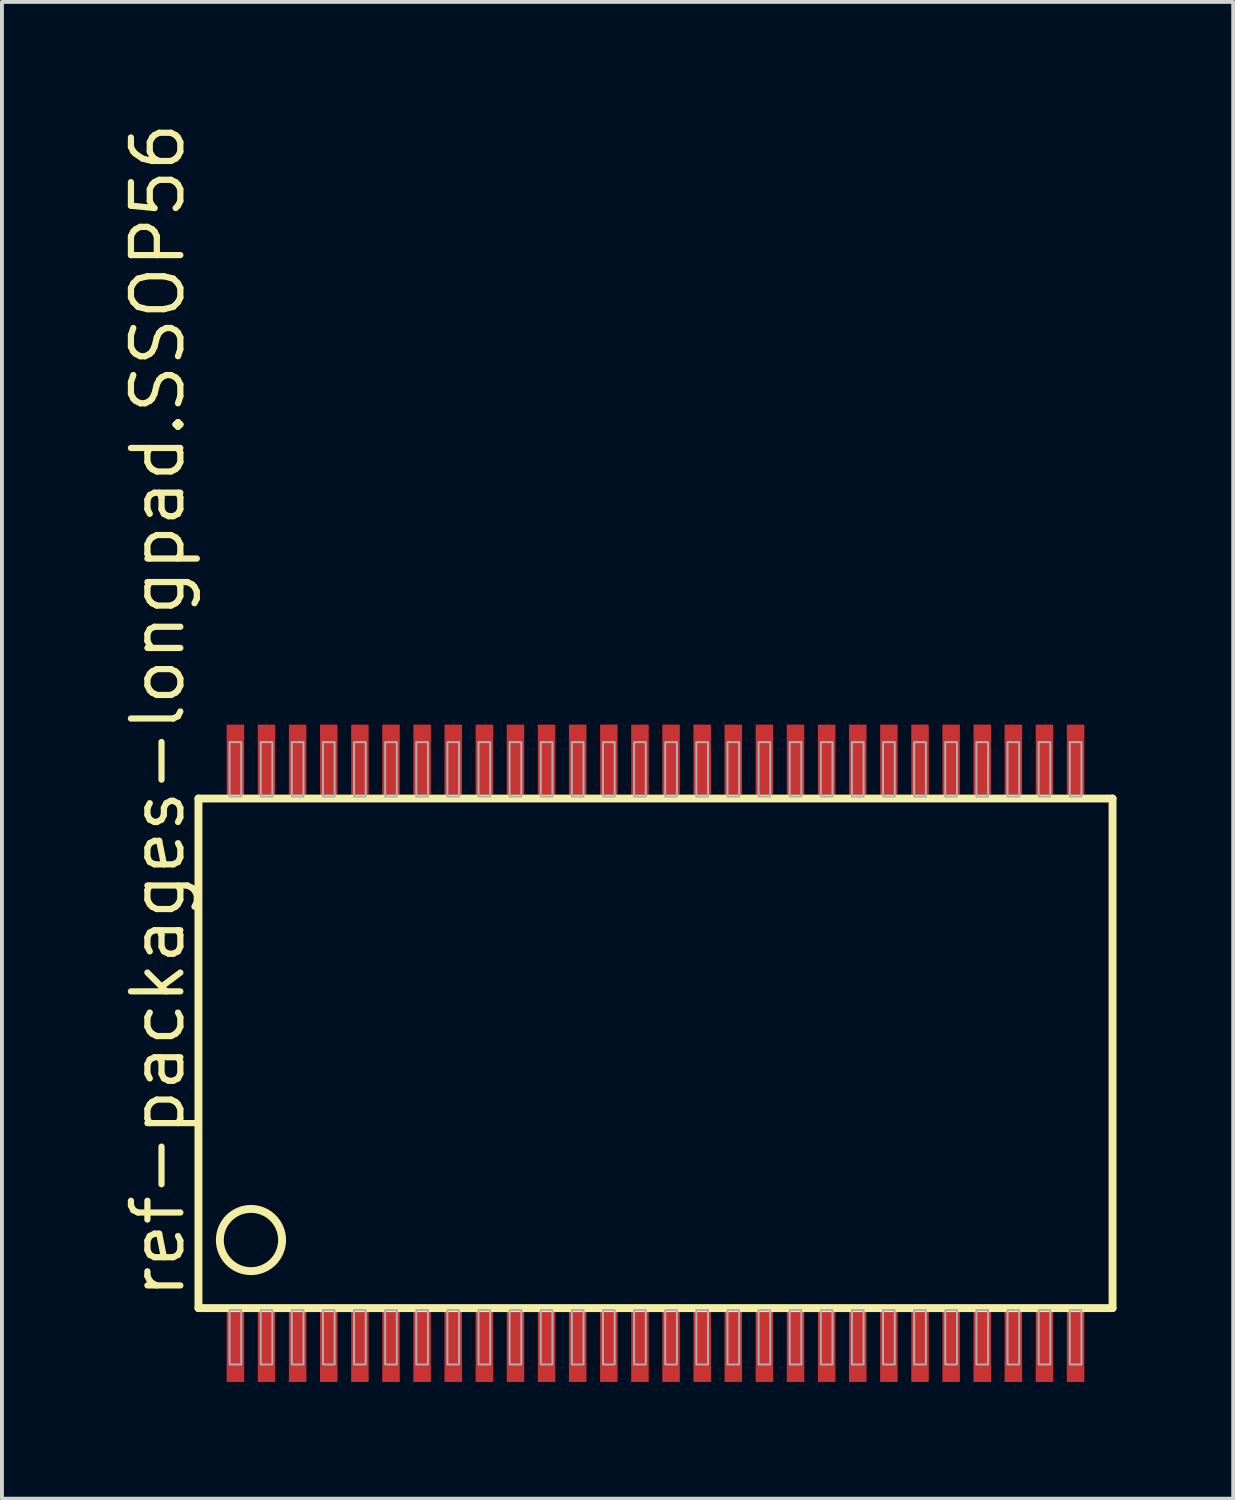
<source format=kicad_pcb>
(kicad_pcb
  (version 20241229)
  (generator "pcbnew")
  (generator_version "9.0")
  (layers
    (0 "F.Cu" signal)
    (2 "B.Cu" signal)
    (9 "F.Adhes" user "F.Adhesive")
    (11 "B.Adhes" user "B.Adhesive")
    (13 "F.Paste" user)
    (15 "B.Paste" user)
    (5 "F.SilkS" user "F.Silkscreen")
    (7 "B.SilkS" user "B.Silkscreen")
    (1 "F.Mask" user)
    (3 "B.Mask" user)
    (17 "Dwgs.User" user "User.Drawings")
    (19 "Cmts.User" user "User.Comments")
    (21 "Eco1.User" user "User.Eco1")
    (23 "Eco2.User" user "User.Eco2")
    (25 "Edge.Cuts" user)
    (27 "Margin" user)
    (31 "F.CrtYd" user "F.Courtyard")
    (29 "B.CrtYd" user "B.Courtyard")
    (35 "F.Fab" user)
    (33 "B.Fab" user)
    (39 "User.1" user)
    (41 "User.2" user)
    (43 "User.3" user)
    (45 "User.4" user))
  (footprint "ref-packages-longpad.SSOP56"
    (layer "F.Cu")
    (at 13.802 24.029)
    (property "Reference" "ref-packages-longpad.SSOP56" (at -12.052 6.375 90) (layer "F.SilkS") (effects (font (size 1.27 1.27) (thickness 0.16)) (justify left bottom)))
    (attr smd)
    (fp_line (start -11.75 -6.55) (end -11.75 6.55) (stroke (width 0.203) (type default)) (layer "F.SilkS"))
    (fp_line (start -11.75 6.55) (end 11.75 6.55) (stroke (width 0.203) (type default)) (layer "F.SilkS"))
    (fp_line (start 11.75 -6.55) (end -11.75 -6.55) (stroke (width 0.203) (type default)) (layer "F.SilkS"))
    (fp_line (start 11.75 6.55) (end 11.75 -6.55) (stroke (width 0.203) (type default)) (layer "F.SilkS"))
    (fp_circle (center -10.4 4.8) (end -9.6 4.8) (stroke (width 0.203) (type default)) (fill no) (layer "F.SilkS"))
    (fp_rect (start -10.95 -6.6) (end -10.65 -8) (stroke (width 0.05) (type default)) (fill no) (layer "F.Fab"))
    (fp_rect (start -10.95 8) (end -10.65 6.6) (stroke (width 0.05) (type default)) (fill no) (layer "F.Fab"))
    (fp_rect (start -10.15 -6.6) (end -9.85 -8) (stroke (width 0.05) (type default)) (fill no) (layer "F.Fab"))
    (fp_rect (start -10.15 8) (end -9.85 6.6) (stroke (width 0.05) (type default)) (fill no) (layer "F.Fab"))
    (fp_rect (start -9.35 -6.6) (end -9.05 -8) (stroke (width 0.05) (type default)) (fill no) (layer "F.Fab"))
    (fp_rect (start -9.35 8) (end -9.05 6.6) (stroke (width 0.05) (type default)) (fill no) (layer "F.Fab"))
    (fp_rect (start -8.55 -6.6) (end -8.25 -8) (stroke (width 0.05) (type default)) (fill no) (layer "F.Fab"))
    (fp_rect (start -8.55 8) (end -8.25 6.6) (stroke (width 0.05) (type default)) (fill no) (layer "F.Fab"))
    (fp_rect (start -7.75 -6.6) (end -7.45 -8) (stroke (width 0.05) (type default)) (fill no) (layer "F.Fab"))
    (fp_rect (start -7.75 8) (end -7.45 6.6) (stroke (width 0.05) (type default)) (fill no) (layer "F.Fab"))
    (fp_rect (start -6.95 -6.6) (end -6.65 -8) (stroke (width 0.05) (type default)) (fill no) (layer "F.Fab"))
    (fp_rect (start -6.95 8) (end -6.65 6.6) (stroke (width 0.05) (type default)) (fill no) (layer "F.Fab"))
    (fp_rect (start -6.15 -6.6) (end -5.85 -8) (stroke (width 0.05) (type default)) (fill no) (layer "F.Fab"))
    (fp_rect (start -6.15 8) (end -5.85 6.6) (stroke (width 0.05) (type default)) (fill no) (layer "F.Fab"))
    (fp_rect (start -5.35 -6.6) (end -5.05 -8) (stroke (width 0.05) (type default)) (fill no) (layer "F.Fab"))
    (fp_rect (start -5.35 8) (end -5.05 6.6) (stroke (width 0.05) (type default)) (fill no) (layer "F.Fab"))
    (fp_rect (start -4.55 -6.6) (end -4.25 -8) (stroke (width 0.05) (type default)) (fill no) (layer "F.Fab"))
    (fp_rect (start -4.55 8) (end -4.25 6.6) (stroke (width 0.05) (type default)) (fill no) (layer "F.Fab"))
    (fp_rect (start -3.75 -6.6) (end -3.45 -8) (stroke (width 0.05) (type default)) (fill no) (layer "F.Fab"))
    (fp_rect (start -3.75 8) (end -3.45 6.6) (stroke (width 0.05) (type default)) (fill no) (layer "F.Fab"))
    (fp_rect (start -2.95 -6.6) (end -2.65 -8) (stroke (width 0.05) (type default)) (fill no) (layer "F.Fab"))
    (fp_rect (start -2.95 8) (end -2.65 6.6) (stroke (width 0.05) (type default)) (fill no) (layer "F.Fab"))
    (fp_rect (start -2.15 -6.6) (end -1.85 -8) (stroke (width 0.05) (type default)) (fill no) (layer "F.Fab"))
    (fp_rect (start -2.15 8) (end -1.85 6.6) (stroke (width 0.05) (type default)) (fill no) (layer "F.Fab"))
    (fp_rect (start -1.35 -6.6) (end -1.05 -8) (stroke (width 0.05) (type default)) (fill no) (layer "F.Fab"))
    (fp_rect (start -1.35 8) (end -1.05 6.6) (stroke (width 0.05) (type default)) (fill no) (layer "F.Fab"))
    (fp_rect (start -0.55 -6.6) (end -0.25 -8) (stroke (width 0.05) (type default)) (fill no) (layer "F.Fab"))
    (fp_rect (start -0.55 8) (end -0.25 6.6) (stroke (width 0.05) (type default)) (fill no) (layer "F.Fab"))
    (fp_rect (start 0.25 -6.6) (end 0.55 -8) (stroke (width 0.05) (type default)) (fill no) (layer "F.Fab"))
    (fp_rect (start 0.25 8) (end 0.55 6.6) (stroke (width 0.05) (type default)) (fill no) (layer "F.Fab"))
    (fp_rect (start 1.05 -6.6) (end 1.35 -8) (stroke (width 0.05) (type default)) (fill no) (layer "F.Fab"))
    (fp_rect (start 1.05 8) (end 1.35 6.6) (stroke (width 0.05) (type default)) (fill no) (layer "F.Fab"))
    (fp_rect (start 1.85 -6.6) (end 2.15 -8) (stroke (width 0.05) (type default)) (fill no) (layer "F.Fab"))
    (fp_rect (start 1.85 8) (end 2.15 6.6) (stroke (width 0.05) (type default)) (fill no) (layer "F.Fab"))
    (fp_rect (start 2.65 -6.6) (end 2.95 -8) (stroke (width 0.05) (type default)) (fill no) (layer "F.Fab"))
    (fp_rect (start 2.65 8) (end 2.95 6.6) (stroke (width 0.05) (type default)) (fill no) (layer "F.Fab"))
    (fp_rect (start 3.45 -6.6) (end 3.75 -8) (stroke (width 0.05) (type default)) (fill no) (layer "F.Fab"))
    (fp_rect (start 3.45 8) (end 3.75 6.6) (stroke (width 0.05) (type default)) (fill no) (layer "F.Fab"))
    (fp_rect (start 4.25 -6.6) (end 4.55 -8) (stroke (width 0.05) (type default)) (fill no) (layer "F.Fab"))
    (fp_rect (start 4.25 8) (end 4.55 6.6) (stroke (width 0.05) (type default)) (fill no) (layer "F.Fab"))
    (fp_rect (start 5.05 -6.6) (end 5.35 -8) (stroke (width 0.05) (type default)) (fill no) (layer "F.Fab"))
    (fp_rect (start 5.05 8) (end 5.35 6.6) (stroke (width 0.05) (type default)) (fill no) (layer "F.Fab"))
    (fp_rect (start 5.85 -6.6) (end 6.15 -8) (stroke (width 0.05) (type default)) (fill no) (layer "F.Fab"))
    (fp_rect (start 5.85 8) (end 6.15 6.6) (stroke (width 0.05) (type default)) (fill no) (layer "F.Fab"))
    (fp_rect (start 6.65 -6.6) (end 6.95 -8) (stroke (width 0.05) (type default)) (fill no) (layer "F.Fab"))
    (fp_rect (start 6.65 8) (end 6.95 6.6) (stroke (width 0.05) (type default)) (fill no) (layer "F.Fab"))
    (fp_rect (start 7.45 -6.6) (end 7.75 -8) (stroke (width 0.05) (type default)) (fill no) (layer "F.Fab"))
    (fp_rect (start 7.45 8) (end 7.75 6.6) (stroke (width 0.05) (type default)) (fill no) (layer "F.Fab"))
    (fp_rect (start 8.25 -6.6) (end 8.55 -8) (stroke (width 0.05) (type default)) (fill no) (layer "F.Fab"))
    (fp_rect (start 8.25 8) (end 8.55 6.6) (stroke (width 0.05) (type default)) (fill no) (layer "F.Fab"))
    (fp_rect (start 9.05 -6.6) (end 9.35 -8) (stroke (width 0.05) (type default)) (fill no) (layer "F.Fab"))
    (fp_rect (start 9.05 8) (end 9.35 6.6) (stroke (width 0.05) (type default)) (fill no) (layer "F.Fab"))
    (fp_rect (start 9.85 -6.6) (end 10.15 -8) (stroke (width 0.05) (type default)) (fill no) (layer "F.Fab"))
    (fp_rect (start 9.85 8) (end 10.15 6.6) (stroke (width 0.05) (type default)) (fill no) (layer "F.Fab"))
    (fp_rect (start 10.65 -6.6) (end 10.95 -8) (stroke (width 0.05) (type default)) (fill no) (layer "F.Fab"))
    (fp_rect (start 10.65 8) (end 10.95 6.6) (stroke (width 0.05) (type default)) (fill no) (layer "F.Fab"))
    (pad "1" smd roundrect (at -10.8 7.55) (size 0.45 1.8) (layers "F.Cu" "F.Mask" "F.Paste") (roundrect_rratio 0.01))
    (pad "2" smd roundrect (at -10 7.55) (size 0.45 1.8) (layers "F.Cu" "F.Mask" "F.Paste") (roundrect_rratio 0.01))
    (pad "3" smd roundrect (at -9.2 7.55) (size 0.45 1.8) (layers "F.Cu" "F.Mask" "F.Paste") (roundrect_rratio 0.01))
    (pad "4" smd roundrect (at -8.4 7.55) (size 0.45 1.8) (layers "F.Cu" "F.Mask" "F.Paste") (roundrect_rratio 0.01))
    (pad "5" smd roundrect (at -7.6 7.55) (size 0.45 1.8) (layers "F.Cu" "F.Mask" "F.Paste") (roundrect_rratio 0.01))
    (pad "6" smd roundrect (at -6.8 7.55) (size 0.45 1.8) (layers "F.Cu" "F.Mask" "F.Paste") (roundrect_rratio 0.01))
    (pad "7" smd roundrect (at -6 7.55) (size 0.45 1.8) (layers "F.Cu" "F.Mask" "F.Paste") (roundrect_rratio 0.01))
    (pad "8" smd roundrect (at -5.2 7.55) (size 0.45 1.8) (layers "F.Cu" "F.Mask" "F.Paste") (roundrect_rratio 0.01))
    (pad "9" smd roundrect (at -4.4 7.55) (size 0.45 1.8) (layers "F.Cu" "F.Mask" "F.Paste") (roundrect_rratio 0.01))
    (pad "10" smd roundrect (at -3.6 7.55) (size 0.45 1.8) (layers "F.Cu" "F.Mask" "F.Paste") (roundrect_rratio 0.01))
    (pad "11" smd roundrect (at -2.8 7.55) (size 0.45 1.8) (layers "F.Cu" "F.Mask" "F.Paste") (roundrect_rratio 0.01))
    (pad "12" smd roundrect (at -2 7.55) (size 0.45 1.8) (layers "F.Cu" "F.Mask" "F.Paste") (roundrect_rratio 0.01))
    (pad "13" smd roundrect (at -1.2 7.55) (size 0.45 1.8) (layers "F.Cu" "F.Mask" "F.Paste") (roundrect_rratio 0.01))
    (pad "14" smd roundrect (at -0.4 7.55) (size 0.45 1.8) (layers "F.Cu" "F.Mask" "F.Paste") (roundrect_rratio 0.01))
    (pad "15" smd roundrect (at 0.4 7.55) (size 0.45 1.8) (layers "F.Cu" "F.Mask" "F.Paste") (roundrect_rratio 0.01))
    (pad "16" smd roundrect (at 1.2 7.55) (size 0.45 1.8) (layers "F.Cu" "F.Mask" "F.Paste") (roundrect_rratio 0.01))
    (pad "17" smd roundrect (at 2 7.55) (size 0.45 1.8) (layers "F.Cu" "F.Mask" "F.Paste") (roundrect_rratio 0.01))
    (pad "18" smd roundrect (at 2.8 7.55) (size 0.45 1.8) (layers "F.Cu" "F.Mask" "F.Paste") (roundrect_rratio 0.01))
    (pad "19" smd roundrect (at 3.6 7.55) (size 0.45 1.8) (layers "F.Cu" "F.Mask" "F.Paste") (roundrect_rratio 0.01))
    (pad "20" smd roundrect (at 4.4 7.55) (size 0.45 1.8) (layers "F.Cu" "F.Mask" "F.Paste") (roundrect_rratio 0.01))
    (pad "21" smd roundrect (at 5.2 7.55) (size 0.45 1.8) (layers "F.Cu" "F.Mask" "F.Paste") (roundrect_rratio 0.01))
    (pad "22" smd roundrect (at 6 7.55) (size 0.45 1.8) (layers "F.Cu" "F.Mask" "F.Paste") (roundrect_rratio 0.01))
    (pad "23" smd roundrect (at 6.8 7.55) (size 0.45 1.8) (layers "F.Cu" "F.Mask" "F.Paste") (roundrect_rratio 0.01))
    (pad "24" smd roundrect (at 7.6 7.55) (size 0.45 1.8) (layers "F.Cu" "F.Mask" "F.Paste") (roundrect_rratio 0.01))
    (pad "25" smd roundrect (at 8.4 7.55) (size 0.45 1.8) (layers "F.Cu" "F.Mask" "F.Paste") (roundrect_rratio 0.01))
    (pad "26" smd roundrect (at 9.2 7.55) (size 0.45 1.8) (layers "F.Cu" "F.Mask" "F.Paste") (roundrect_rratio 0.01))
    (pad "27" smd roundrect (at 10 7.55) (size 0.45 1.8) (layers "F.Cu" "F.Mask" "F.Paste") (roundrect_rratio 0.01))
    (pad "28" smd roundrect (at 10.8 7.55) (size 0.45 1.8) (layers "F.Cu" "F.Mask" "F.Paste") (roundrect_rratio 0.01))
    (pad "29" smd roundrect (at 10.8 -7.55) (size 0.45 1.8) (layers "F.Cu" "F.Mask" "F.Paste") (roundrect_rratio 0.01))
    (pad "30" smd roundrect (at 10 -7.55) (size 0.45 1.8) (layers "F.Cu" "F.Mask" "F.Paste") (roundrect_rratio 0.01))
    (pad "31" smd roundrect (at 9.2 -7.55) (size 0.45 1.8) (layers "F.Cu" "F.Mask" "F.Paste") (roundrect_rratio 0.01))
    (pad "32" smd roundrect (at 8.4 -7.55) (size 0.45 1.8) (layers "F.Cu" "F.Mask" "F.Paste") (roundrect_rratio 0.01))
    (pad "33" smd roundrect (at 7.6 -7.55) (size 0.45 1.8) (layers "F.Cu" "F.Mask" "F.Paste") (roundrect_rratio 0.01))
    (pad "34" smd roundrect (at 6.8 -7.55) (size 0.45 1.8) (layers "F.Cu" "F.Mask" "F.Paste") (roundrect_rratio 0.01))
    (pad "35" smd roundrect (at 6 -7.55) (size 0.45 1.8) (layers "F.Cu" "F.Mask" "F.Paste") (roundrect_rratio 0.01))
    (pad "36" smd roundrect (at 5.2 -7.55) (size 0.45 1.8) (layers "F.Cu" "F.Mask" "F.Paste") (roundrect_rratio 0.01))
    (pad "37" smd roundrect (at 4.4 -7.55) (size 0.45 1.8) (layers "F.Cu" "F.Mask" "F.Paste") (roundrect_rratio 0.01))
    (pad "38" smd roundrect (at 3.6 -7.55) (size 0.45 1.8) (layers "F.Cu" "F.Mask" "F.Paste") (roundrect_rratio 0.01))
    (pad "39" smd roundrect (at 2.8 -7.55) (size 0.45 1.8) (layers "F.Cu" "F.Mask" "F.Paste") (roundrect_rratio 0.01))
    (pad "40" smd roundrect (at 2 -7.55) (size 0.45 1.8) (layers "F.Cu" "F.Mask" "F.Paste") (roundrect_rratio 0.01))
    (pad "41" smd roundrect (at 1.2 -7.55) (size 0.45 1.8) (layers "F.Cu" "F.Mask" "F.Paste") (roundrect_rratio 0.01))
    (pad "42" smd roundrect (at 0.4 -7.55) (size 0.45 1.8) (layers "F.Cu" "F.Mask" "F.Paste") (roundrect_rratio 0.01))
    (pad "43" smd roundrect (at -0.4 -7.55) (size 0.45 1.8) (layers "F.Cu" "F.Mask" "F.Paste") (roundrect_rratio 0.01))
    (pad "44" smd roundrect (at -1.2 -7.55) (size 0.45 1.8) (layers "F.Cu" "F.Mask" "F.Paste") (roundrect_rratio 0.01))
    (pad "45" smd roundrect (at -2 -7.55) (size 0.45 1.8) (layers "F.Cu" "F.Mask" "F.Paste") (roundrect_rratio 0.01))
    (pad "46" smd roundrect (at -2.8 -7.55) (size 0.45 1.8) (layers "F.Cu" "F.Mask" "F.Paste") (roundrect_rratio 0.01))
    (pad "47" smd roundrect (at -3.6 -7.55) (size 0.45 1.8) (layers "F.Cu" "F.Mask" "F.Paste") (roundrect_rratio 0.01))
    (pad "48" smd roundrect (at -4.4 -7.55) (size 0.45 1.8) (layers "F.Cu" "F.Mask" "F.Paste") (roundrect_rratio 0.01))
    (pad "49" smd roundrect (at -5.2 -7.55) (size 0.45 1.8) (layers "F.Cu" "F.Mask" "F.Paste") (roundrect_rratio 0.01))
    (pad "50" smd roundrect (at -6 -7.55) (size 0.45 1.8) (layers "F.Cu" "F.Mask" "F.Paste") (roundrect_rratio 0.01))
    (pad "51" smd roundrect (at -6.8 -7.55) (size 0.45 1.8) (layers "F.Cu" "F.Mask" "F.Paste") (roundrect_rratio 0.01))
    (pad "52" smd roundrect (at -7.6 -7.55) (size 0.45 1.8) (layers "F.Cu" "F.Mask" "F.Paste") (roundrect_rratio 0.01))
    (pad "53" smd roundrect (at -8.4 -7.55) (size 0.45 1.8) (layers "F.Cu" "F.Mask" "F.Paste") (roundrect_rratio 0.01))
    (pad "54" smd roundrect (at -9.2 -7.55) (size 0.45 1.8) (layers "F.Cu" "F.Mask" "F.Paste") (roundrect_rratio 0.01))
    (pad "55" smd roundrect (at -10 -7.55) (size 0.45 1.8) (layers "F.Cu" "F.Mask" "F.Paste") (roundrect_rratio 0.01))
    (pad "56" smd roundrect (at -10.8 -7.55) (size 0.45 1.8) (layers "F.Cu" "F.Mask" "F.Paste") (roundrect_rratio 0.01)))
  (gr_rect
    (start -3 -3)
    (end 28.654 35.479)
    (stroke (width 0.1) (type default))
    (fill no)
    (layer "Edge.Cuts")))
</source>
